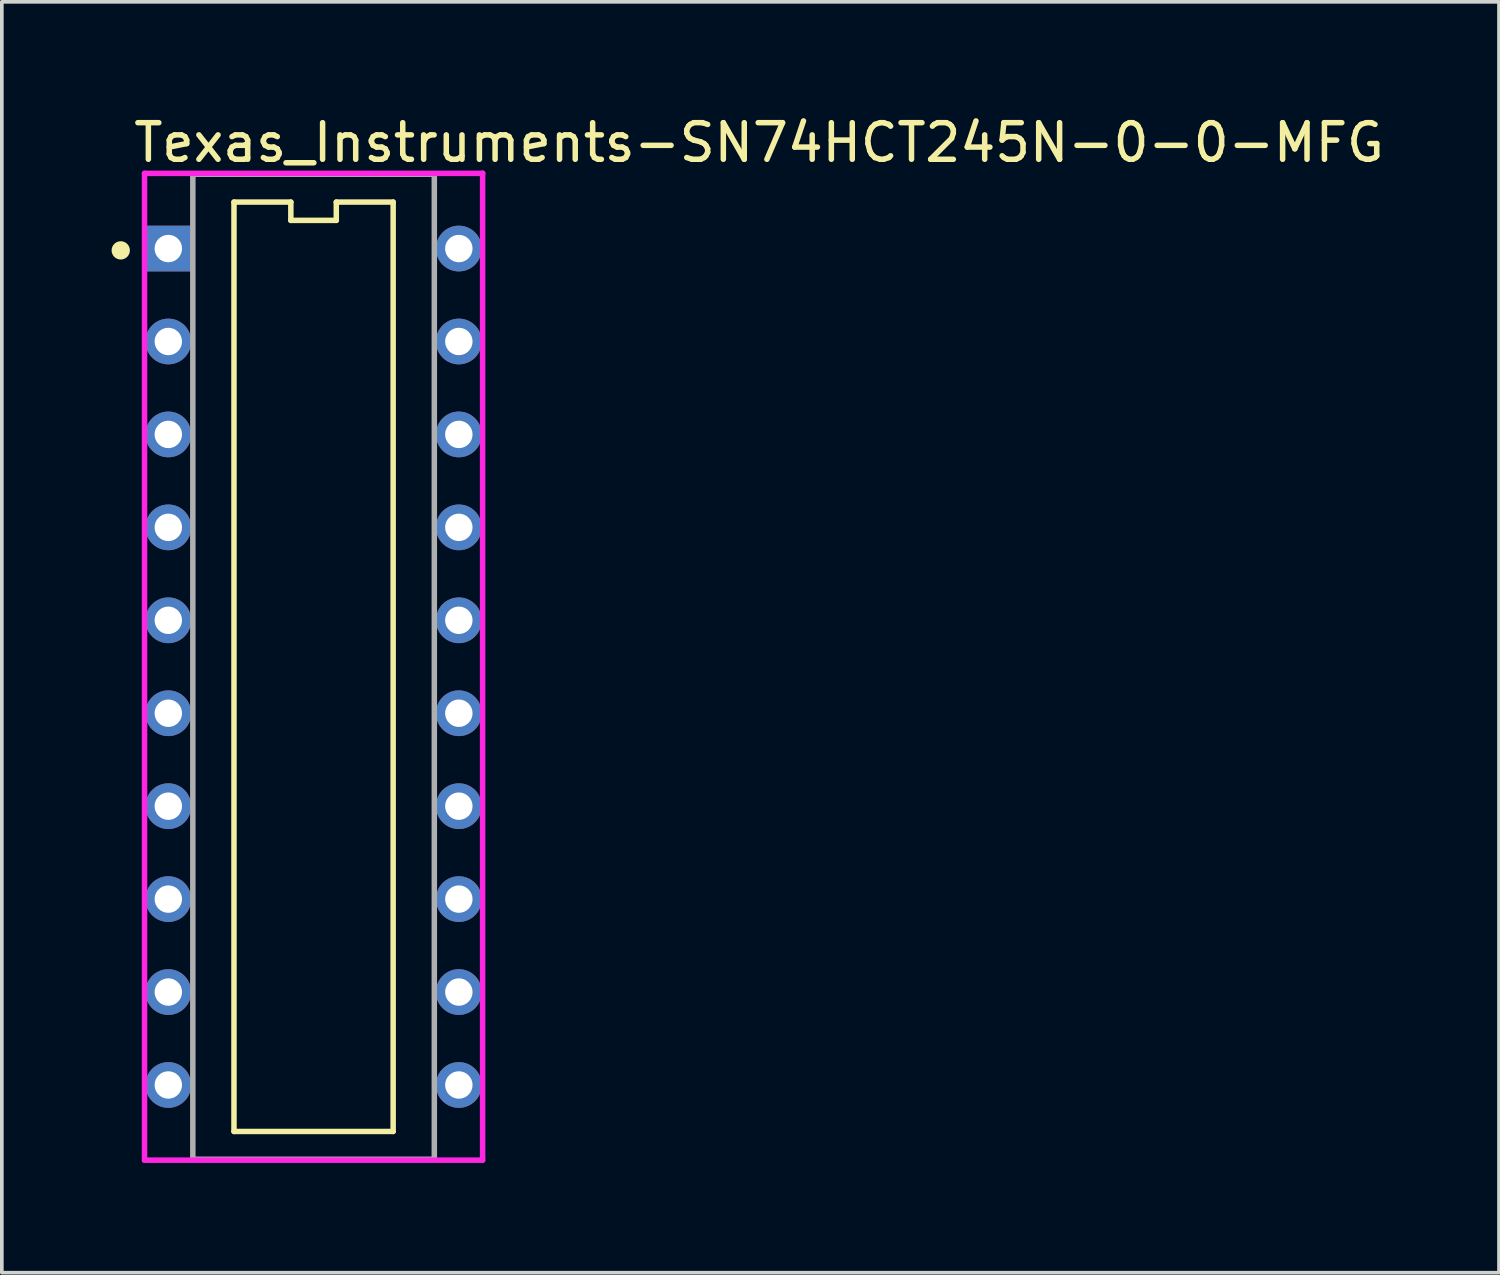
<source format=kicad_pcb>
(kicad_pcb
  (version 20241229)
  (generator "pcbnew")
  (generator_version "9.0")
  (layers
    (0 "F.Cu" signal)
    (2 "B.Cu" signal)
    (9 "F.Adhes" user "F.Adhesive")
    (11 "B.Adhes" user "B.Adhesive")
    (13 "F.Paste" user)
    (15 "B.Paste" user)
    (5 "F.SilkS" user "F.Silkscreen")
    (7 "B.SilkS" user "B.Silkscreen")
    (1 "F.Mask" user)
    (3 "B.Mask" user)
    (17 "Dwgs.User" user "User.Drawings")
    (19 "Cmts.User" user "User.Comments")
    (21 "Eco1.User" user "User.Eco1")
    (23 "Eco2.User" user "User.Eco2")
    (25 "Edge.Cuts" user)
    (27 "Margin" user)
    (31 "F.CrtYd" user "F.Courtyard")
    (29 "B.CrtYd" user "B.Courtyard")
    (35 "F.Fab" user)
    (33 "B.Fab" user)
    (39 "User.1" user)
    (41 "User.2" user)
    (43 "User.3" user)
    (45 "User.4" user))
  (footprint "Texas_Instruments-SN74HCT245N-0-0-MFG"
    (layer "F.Cu")
    (at 5.52 15.173)
    (property "Reference" "Texas_Instruments-SN74HCT245N-0-0-MFG" (at -4.995 -14.325 0) (layer "F.SilkS") (effects (font (size 1 1) (thickness 0.15)) (justify left)))
    (attr through_hole)
    (fp_line (start -2.175 -12.7) (end -2.175 12.7) (stroke (width 0.15) (type solid)) (layer "F.SilkS"))
    (fp_line (start -2.175 12.7) (end 2.175 12.7) (stroke (width 0.15) (type solid)) (layer "F.SilkS"))
    (fp_line (start -0.621 -12.7) (end -2.175 -12.7) (stroke (width 0.15) (type solid)) (layer "F.SilkS"))
    (fp_line (start -0.621 -12.2) (end -0.621 -12.7) (stroke (width 0.15) (type solid)) (layer "F.SilkS"))
    (fp_line (start 0.621 -12.7) (end 0.621 -12.2) (stroke (width 0.15) (type solid)) (layer "F.SilkS"))
    (fp_line (start 0.621 -12.2) (end -0.621 -12.2) (stroke (width 0.15) (type solid)) (layer "F.SilkS"))
    (fp_line (start 2.175 -12.7) (end 0.621 -12.7) (stroke (width 0.15) (type solid)) (layer "F.SilkS"))
    (fp_line (start 2.175 12.7) (end 2.175 -12.7) (stroke (width 0.15) (type solid)) (layer "F.SilkS"))
    (fp_circle (center -5.27 -11.38) (end -5.145 -11.38) (stroke (width 0.25) (type solid)) (fill no) (layer "F.SilkS"))
    (fp_line (start -4.62 -13.485) (end -4.62 13.485) (stroke (width 0.15) (type solid)) (layer "F.CrtYd"))
    (fp_line (start -4.62 13.485) (end 4.62 13.485) (stroke (width 0.15) (type solid)) (layer "F.CrtYd"))
    (fp_line (start 4.62 -13.485) (end -4.62 -13.485) (stroke (width 0.15) (type solid)) (layer "F.CrtYd"))
    (fp_line (start 4.62 -13.485) (end 4.62 -13.485) (stroke (width 0.15) (type solid)) (layer "F.CrtYd"))
    (fp_line (start 4.62 13.485) (end 4.62 -13.485) (stroke (width 0.15) (type solid)) (layer "F.CrtYd"))
    (fp_line (start -3.3 -13.46) (end 3.3 -13.46) (stroke (width 0.15) (type solid)) (layer "F.Fab"))
    (fp_line (start -3.3 13.46) (end -3.3 -13.46) (stroke (width 0.15) (type solid)) (layer "F.Fab"))
    (fp_line (start 3.3 -13.46) (end 3.3 13.46) (stroke (width 0.15) (type solid)) (layer "F.Fab"))
    (fp_line (start 3.3 13.46) (end -3.3 13.46) (stroke (width 0.15) (type solid)) (layer "F.Fab"))
    (pad "1" thru_hole rect (at -3.97 -11.43) (size 1.25 1.25) (drill 0.75) (layers "*.Cu"))
    (pad "2" thru_hole circle (at -3.97 -8.89) (size 1.25 1.25) (drill 0.75) (layers "*.Cu"))
    (pad "3" thru_hole circle (at -3.97 -6.35) (size 1.25 1.25) (drill 0.75) (layers "*.Cu"))
    (pad "4" thru_hole circle (at -3.97 -3.81) (size 1.25 1.25) (drill 0.75) (layers "*.Cu"))
    (pad "5" thru_hole circle (at -3.97 -1.27) (size 1.25 1.25) (drill 0.75) (layers "*.Cu"))
    (pad "6" thru_hole circle (at -3.97 1.27) (size 1.25 1.25) (drill 0.75) (layers "*.Cu"))
    (pad "7" thru_hole circle (at -3.97 3.81) (size 1.25 1.25) (drill 0.75) (layers "*.Cu"))
    (pad "8" thru_hole circle (at -3.97 6.35) (size 1.25 1.25) (drill 0.75) (layers "*.Cu"))
    (pad "9" thru_hole circle (at -3.97 8.89) (size 1.25 1.25) (drill 0.75) (layers "*.Cu"))
    (pad "10" thru_hole circle (at -3.97 11.43) (size 1.25 1.25) (drill 0.75) (layers "*.Cu"))
    (pad "11" thru_hole circle (at 3.97 11.43) (size 1.25 1.25) (drill 0.75) (layers "*.Cu"))
    (pad "12" thru_hole circle (at 3.97 8.89) (size 1.25 1.25) (drill 0.75) (layers "*.Cu"))
    (pad "13" thru_hole circle (at 3.97 6.35) (size 1.25 1.25) (drill 0.75) (layers "*.Cu"))
    (pad "14" thru_hole circle (at 3.97 3.81) (size 1.25 1.25) (drill 0.75) (layers "*.Cu"))
    (pad "15" thru_hole circle (at 3.97 1.27) (size 1.25 1.25) (drill 0.75) (layers "*.Cu"))
    (pad "16" thru_hole circle (at 3.97 -1.27) (size 1.25 1.25) (drill 0.75) (layers "*.Cu"))
    (pad "17" thru_hole circle (at 3.97 -3.81) (size 1.25 1.25) (drill 0.75) (layers "*.Cu"))
    (pad "18" thru_hole circle (at 3.97 -6.35) (size 1.25 1.25) (drill 0.75) (layers "*.Cu"))
    (pad "19" thru_hole circle (at 3.97 -8.89) (size 1.25 1.25) (drill 0.75) (layers "*.Cu"))
    (pad "20" thru_hole circle (at 3.97 -11.43) (size 1.25 1.25) (drill 0.75) (layers "*.Cu")))
  (gr_rect
    (start -3 -3)
    (end 37.918 31.733)
    (stroke (width 0.1) (type default))
    (fill no)
    (layer "Edge.Cuts")))
</source>
